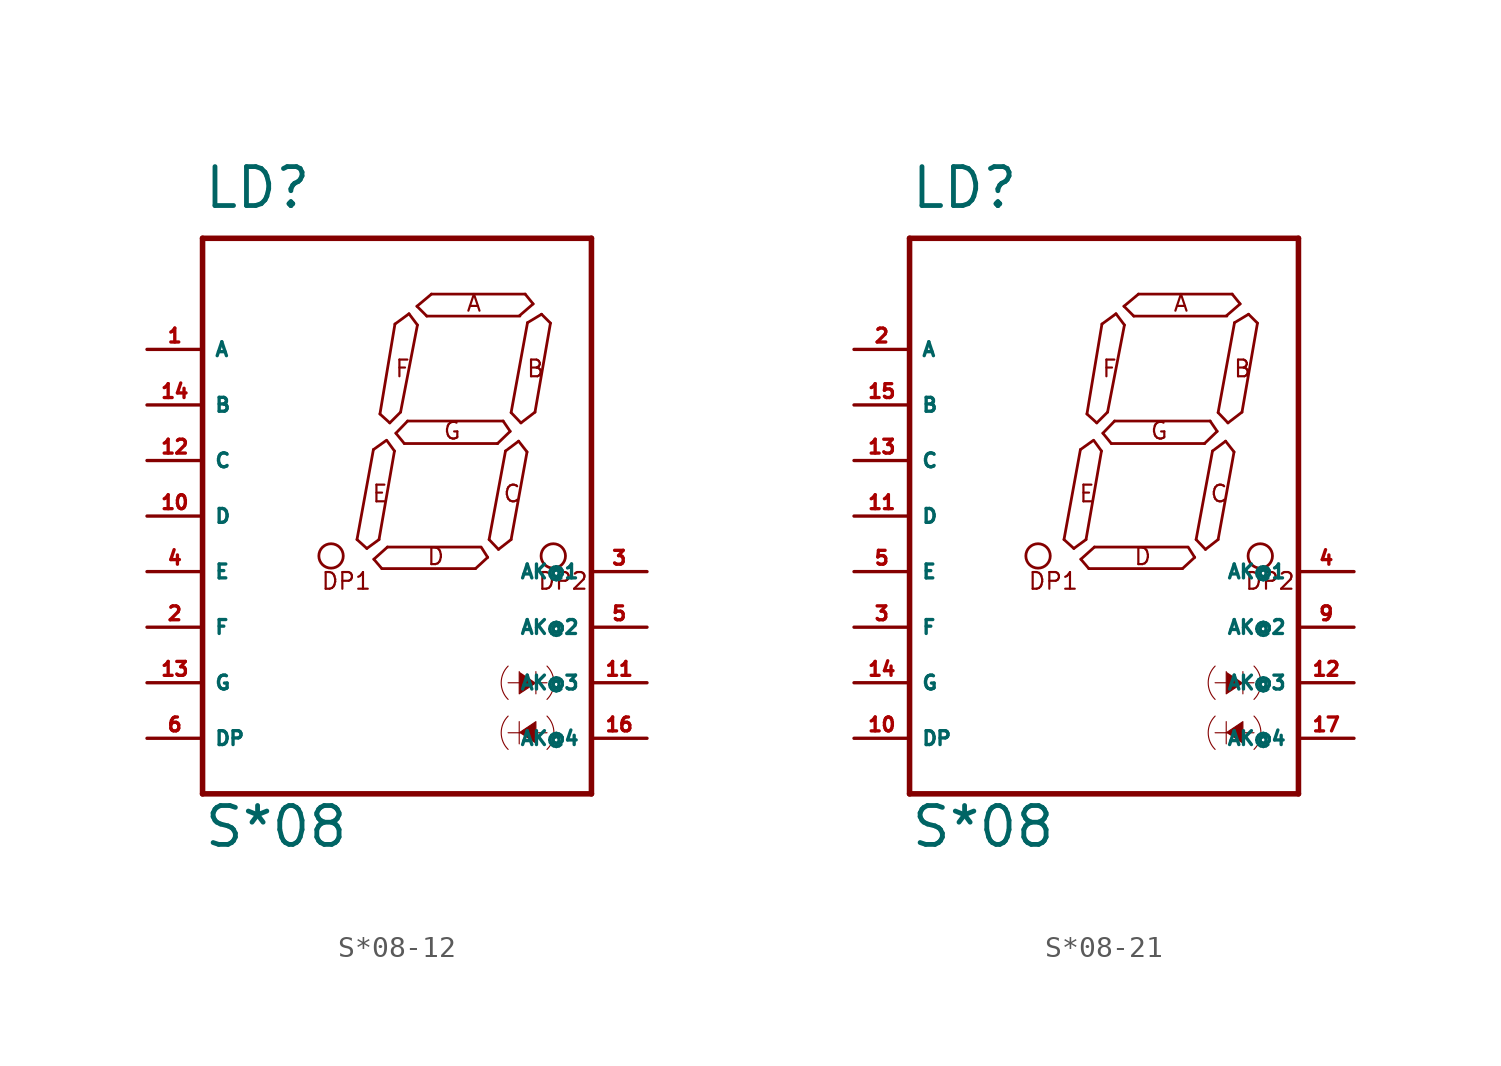
<source format=kicad_sym>
(kicad_symbol_lib
  (version 20220914)
  (generator kicad_symbol_editor)
  (symbol "S*08-12"
    (property "Reference" "LD"
      (at -10.16 16.51 0)
      (effects (font (size 1.778 1.778) (thickness 0.22)) (justify left bottom)))
    (property "Value" "S*08"
      (at -10.16 -12.7 0)
      (effects (font (size 1.778 1.778) (thickness 0.22)) (justify left bottom)))
    (symbol "S*08-12_1_1"
      (circle (center -4.285 0.717) (radius 0.558) (stroke (width 0.127) (type default)) (fill (type none)))
      (polyline (pts (xy -10.16 -10.16) (xy -10.16 15.24)) (stroke (width 0.254) (type default)) (fill (type none)))
      (polyline (pts (xy -10.16 15.24) (xy 7.62 15.24)) (stroke (width 0.254) (type default)) (fill (type none)))
      (polyline (pts (xy -3.099 1.467) (xy -2.349 5.579)) (stroke (width 0.127) (type default)) (fill (type none)))
      (polyline (pts (xy -2.649 1.06) (xy -3.099 1.467)) (stroke (width 0.127) (type default)) (fill (type none)))
      (polyline (pts (xy -2.349 5.579) (xy -1.75 6.007)) (stroke (width 0.127) (type default)) (fill (type none)))
      (polyline (pts (xy -2.328 0.567) (xy -1.707 1.124)) (stroke (width 0.127) (type default)) (fill (type none)))
      (polyline (pts (xy -2.092 1.467) (xy -2.649 1.06)) (stroke (width 0.127) (type default)) (fill (type none)))
      (polyline (pts (xy -2.05 7.207) (xy -1.364 11.319)) (stroke (width 0.127) (type default)) (fill (type none)))
      (polyline (pts (xy -1.964 0.139) (xy -2.328 0.567)) (stroke (width 0.127) (type default)) (fill (type none)))
      (polyline (pts (xy -1.728 5.986) (xy -1.386 5.515)) (stroke (width 0.127) (type default)) (fill (type none)))
      (polyline (pts (xy -1.707 1.124) (xy 2.528 1.124)) (stroke (width 0.127) (type default)) (fill (type none)))
      (polyline (pts (xy -1.6 6.8) (xy -2.05 7.207)) (stroke (width 0.127) (type default)) (fill (type none)))
      (polyline (pts (xy -1.386 5.515) (xy -2.092 1.467)) (stroke (width 0.127) (type default)) (fill (type none)))
      (polyline (pts (xy -1.364 11.319) (xy -0.722 11.79)) (stroke (width 0.127) (type default)) (fill (type none)))
      (polyline (pts (xy -1.321 6.329) (xy -0.786 6.885)) (stroke (width 0.127) (type default)) (fill (type none)))
      (polyline (pts (xy -1.107 7.292) (xy -1.6 6.8)) (stroke (width 0.127) (type default)) (fill (type none)))
      (polyline (pts (xy -0.936 5.857) (xy -1.321 6.329)) (stroke (width 0.127) (type default)) (fill (type none)))
      (polyline (pts (xy -0.786 6.885) (xy 3.583 6.885)) (stroke (width 0.127) (type default)) (fill (type none)))
      (polyline (pts (xy -0.722 11.79) (xy -0.336 11.276)) (stroke (width 0.127) (type default)) (fill (type none)))
      (polyline (pts (xy -0.358 12.133) (xy 0.306 12.689)) (stroke (width 0.127) (type default)) (fill (type none)))
      (polyline (pts (xy -0.336 11.276) (xy -1.107 7.292)) (stroke (width 0.127) (type default)) (fill (type none)))
      (polyline (pts (xy 0.092 11.683) (xy -0.358 12.133)) (stroke (width 0.127) (type default)) (fill (type none)))
      (polyline (pts (xy 0.306 12.689) (xy 4.59 12.689)) (stroke (width 0.127) (type default)) (fill (type none)))
      (polyline (pts (xy 2.319 0.139) (xy -1.964 0.139)) (stroke (width 0.127) (type default)) (fill (type none)))
      (polyline (pts (xy 2.576 1.124) (xy 2.876 0.653)) (stroke (width 0.127) (type default)) (fill (type none)))
      (polyline (pts (xy 2.876 0.653) (xy 2.319 0.139)) (stroke (width 0.127) (type default)) (fill (type none)))
      (polyline (pts (xy 2.941 1.467) (xy 3.69 5.515)) (stroke (width 0.127) (type default)) (fill (type none)))
      (polyline (pts (xy 3.32 5.857) (xy -0.936 5.857)) (stroke (width 0.127) (type default)) (fill (type none)))
      (polyline (pts (xy 3.326 5.857) (xy 3.32 5.857)) (stroke (width 0.127) (type default)) (fill (type none)))
      (polyline (pts (xy 3.369 1.017) (xy 2.941 1.467)) (stroke (width 0.127) (type default)) (fill (type none)))
      (polyline (pts (xy 3.583 6.885) (xy 3.904 6.414)) (stroke (width 0.127) (type default)) (fill (type none)))
      (polyline (pts (xy 3.69 5.515) (xy 4.29 5.965)) (stroke (width 0.127) (type default)) (fill (type none)))
      (polyline (pts (xy 3.81 -5.08) (xy 5.588 -5.08)) (stroke (width 0.051) (type default)) (fill (type none)))
      (polyline (pts (xy 3.904 6.414) (xy 3.326 5.857)) (stroke (width 0.127) (type default)) (fill (type none)))
      (polyline (pts (xy 3.947 1.467) (xy 3.369 1.017)) (stroke (width 0.127) (type default)) (fill (type none)))
      (polyline (pts (xy 3.947 7.271) (xy 4.697 11.383)) (stroke (width 0.127) (type default)) (fill (type none)))
      (polyline (pts (xy 4.29 5.965) (xy 4.675 5.472)) (stroke (width 0.127) (type default)) (fill (type none)))
      (polyline (pts (xy 4.318 -7.874) (xy 4.318 -6.858)) (stroke (width 0.051) (type default)) (fill (type none)))
      (polyline (pts (xy 4.348 11.683) (xy 0.092 11.683)) (stroke (width 0.127) (type default)) (fill (type none)))
      (polyline (pts (xy 4.397 6.8) (xy 3.947 7.271)) (stroke (width 0.127) (type default)) (fill (type none)))
      (polyline (pts (xy 4.59 12.689) (xy 4.954 12.24)) (stroke (width 0.127) (type default)) (fill (type none)))
      (polyline (pts (xy 4.675 5.472) (xy 3.947 1.467)) (stroke (width 0.127) (type default)) (fill (type none)))
      (polyline (pts (xy 4.697 11.383) (xy 5.339 11.768)) (stroke (width 0.127) (type default)) (fill (type none)))
      (polyline (pts (xy 4.954 12.24) (xy 4.333 11.704)) (stroke (width 0.127) (type default)) (fill (type none)))
      (polyline (pts (xy 5.039 7.292) (xy 4.397 6.8)) (stroke (width 0.127) (type default)) (fill (type none)))
      (polyline (pts (xy 5.08 -4.572) (xy 5.08 -5.588)) (stroke (width 0.051) (type default)) (fill (type none)))
      (polyline (pts (xy 5.339 11.768) (xy 5.746 11.362)) (stroke (width 0.127) (type default)) (fill (type none)))
      (polyline (pts (xy 5.588 -7.366) (xy 3.81 -7.366)) (stroke (width 0.051) (type default)) (fill (type none)))
      (polyline (pts (xy 5.746 11.362) (xy 5.039 7.292)) (stroke (width 0.127) (type default)) (fill (type none)))
      (polyline (pts (xy 7.62 -10.16) (xy -10.16 -10.16)) (stroke (width 0.254) (type default)) (fill (type none)))
      (polyline (pts (xy 7.62 15.24) (xy 7.62 -10.16)) (stroke (width 0.254) (type default)) (fill (type none)))
      (polyline (pts (xy 4.318 -4.572) (xy 4.318 -5.588) (xy 5.08 -5.08)) (stroke (width 0.051) (type default)) (fill (type outline)))
      (polyline (pts (xy 5.08 -7.874) (xy 5.08 -6.858) (xy 4.318 -7.366)) (stroke (width 0.051) (type default)) (fill (type outline)))
      (arc (start 3.81 -6.604) (mid 3.494 -7.366) (end 3.81 -8.128) (stroke (width 0.0508) (type default)) (fill (type none)))
      (arc (start 3.81 -4.318) (mid 3.494 -5.08) (end 3.81 -5.842) (stroke (width 0.0508) (type default)) (fill (type none)))
      (arc (start 5.588 -8.128) (mid 5.904 -7.366) (end 5.588 -6.604) (stroke (width 0.0508) (type default)) (fill (type none)))
      (arc (start 5.588 -5.842) (mid 5.904 -5.08) (end 5.588 -4.318) (stroke (width 0.0508) (type default)) (fill (type none)))
      (circle (center 5.875 0.717) (radius 0.558) (stroke (width 0.127) (type default)) (fill (type none)))
      (text "A" (at 1.855 11.833 0) (effects (font (size 0.762 0.762) (thickness 0.1)) (justify left bottom)))
      (text "B" (at 4.611 8.834 0) (effects (font (size 0.762 0.762) (thickness 0.1)) (justify left bottom)))
      (text "C" (at 3.54 3.116 0) (effects (font (size 0.762 0.762) (thickness 0.1)) (justify left bottom)))
      (text "D" (at 0.053 0.246 0) (effects (font (size 0.762 0.762) (thickness 0.1)) (justify left bottom)))
      (text "DP1" (at -4.778 -0.88 0) (effects (font (size 0.762 0.762) (thickness 0.1)) (justify left bottom)))
      (text "DP2" (at 5.128 -0.88 0) (effects (font (size 0.762 0.762) (thickness 0.1)) (justify left bottom)))
      (text "E" (at -2.457 3.116 0) (effects (font (size 0.762 0.762) (thickness 0.1)) (justify left bottom)))
      (text "F" (at -1.407 8.834 0) (effects (font (size 0.762 0.762) (thickness 0.1)) (justify left bottom)))
      (text "G" (at 0.805 5.986 0) (effects (font (size 0.762 0.762) (thickness 0.1)) (justify left bottom)))
      (pin passive line (at -12.7 10.16 0) (length 2.54) (name "A" (effects (font (size 0.635 0.635)))) (number "1" (effects (font (size 0.635 0.635)))))
      (pin passive line (at -12.7 2.54 0) (length 2.54) (name "D" (effects (font (size 0.635 0.635)))) (number "10" (effects (font (size 0.635 0.635)))))
      (pin passive line (at 10.16 -5.08 180) (length 2.54) (name "AK@3" (effects (font (size 0.635 0.635)))) (number "11" (effects (font (size 0.635 0.635)))))
      (pin passive line (at -12.7 5.08 0) (length 2.54) (name "C" (effects (font (size 0.635 0.635)))) (number "12" (effects (font (size 0.635 0.635)))))
      (pin passive line (at -12.7 -5.08 0) (length 2.54) (name "G" (effects (font (size 0.635 0.635)))) (number "13" (effects (font (size 0.635 0.635)))))
      (pin passive line (at -12.7 7.62 0) (length 2.54) (name "B" (effects (font (size 0.635 0.635)))) (number "14" (effects (font (size 0.635 0.635)))))
      (pin passive line (at 10.16 -7.62 180) (length 2.54) (name "AK@4" (effects (font (size 0.635 0.635)))) (number "16" (effects (font (size 0.635 0.635)))))
      (pin passive line (at -12.7 -2.54 0) (length 2.54) (name "F" (effects (font (size 0.635 0.635)))) (number "2" (effects (font (size 0.635 0.635)))))
      (pin passive line (at 10.16 0 180) (length 2.54) (name "AK@1" (effects (font (size 0.635 0.635)))) (number "3" (effects (font (size 0.635 0.635)))))
      (pin passive line (at -12.7 0 0) (length 2.54) (name "E" (effects (font (size 0.635 0.635)))) (number "4" (effects (font (size 0.635 0.635)))))
      (pin passive line (at 10.16 -2.54 180) (length 2.54) (name "AK@2" (effects (font (size 0.635 0.635)))) (number "5" (effects (font (size 0.635 0.635)))))
      (pin passive line (at -12.7 -7.62 0) (length 2.54) (name "DP" (effects (font (size 0.635 0.635)))) (number "6" (effects (font (size 0.635 0.635)))))))
  (symbol "S*08-21"
    (property "Reference" "LD"
      (at -10.16 16.51 0)
      (effects (font (size 1.778 1.778) (thickness 0.22)) (justify left bottom)))
    (property "Value" "S*08"
      (at -10.16 -12.7 0)
      (effects (font (size 1.778 1.778) (thickness 0.22)) (justify left bottom)))
    (symbol "S*08-21_1_1"
      (circle (center -4.285 0.717) (radius 0.558) (stroke (width 0.127) (type default)) (fill (type none)))
      (polyline (pts (xy -10.16 -10.16) (xy -10.16 15.24)) (stroke (width 0.254) (type default)) (fill (type none)))
      (polyline (pts (xy -10.16 15.24) (xy 7.62 15.24)) (stroke (width 0.254) (type default)) (fill (type none)))
      (polyline (pts (xy -3.099 1.467) (xy -2.349 5.579)) (stroke (width 0.127) (type default)) (fill (type none)))
      (polyline (pts (xy -2.649 1.06) (xy -3.099 1.467)) (stroke (width 0.127) (type default)) (fill (type none)))
      (polyline (pts (xy -2.349 5.579) (xy -1.75 6.007)) (stroke (width 0.127) (type default)) (fill (type none)))
      (polyline (pts (xy -2.328 0.567) (xy -1.707 1.124)) (stroke (width 0.127) (type default)) (fill (type none)))
      (polyline (pts (xy -2.092 1.467) (xy -2.649 1.06)) (stroke (width 0.127) (type default)) (fill (type none)))
      (polyline (pts (xy -2.05 7.207) (xy -1.364 11.319)) (stroke (width 0.127) (type default)) (fill (type none)))
      (polyline (pts (xy -1.964 0.139) (xy -2.328 0.567)) (stroke (width 0.127) (type default)) (fill (type none)))
      (polyline (pts (xy -1.728 5.986) (xy -1.386 5.515)) (stroke (width 0.127) (type default)) (fill (type none)))
      (polyline (pts (xy -1.707 1.124) (xy 2.528 1.124)) (stroke (width 0.127) (type default)) (fill (type none)))
      (polyline (pts (xy -1.6 6.8) (xy -2.05 7.207)) (stroke (width 0.127) (type default)) (fill (type none)))
      (polyline (pts (xy -1.386 5.515) (xy -2.092 1.467)) (stroke (width 0.127) (type default)) (fill (type none)))
      (polyline (pts (xy -1.364 11.319) (xy -0.722 11.79)) (stroke (width 0.127) (type default)) (fill (type none)))
      (polyline (pts (xy -1.321 6.329) (xy -0.786 6.885)) (stroke (width 0.127) (type default)) (fill (type none)))
      (polyline (pts (xy -1.107 7.292) (xy -1.6 6.8)) (stroke (width 0.127) (type default)) (fill (type none)))
      (polyline (pts (xy -0.936 5.857) (xy -1.321 6.329)) (stroke (width 0.127) (type default)) (fill (type none)))
      (polyline (pts (xy -0.786 6.885) (xy 3.583 6.885)) (stroke (width 0.127) (type default)) (fill (type none)))
      (polyline (pts (xy -0.722 11.79) (xy -0.336 11.276)) (stroke (width 0.127) (type default)) (fill (type none)))
      (polyline (pts (xy -0.358 12.133) (xy 0.306 12.689)) (stroke (width 0.127) (type default)) (fill (type none)))
      (polyline (pts (xy -0.336 11.276) (xy -1.107 7.292)) (stroke (width 0.127) (type default)) (fill (type none)))
      (polyline (pts (xy 0.092 11.683) (xy -0.358 12.133)) (stroke (width 0.127) (type default)) (fill (type none)))
      (polyline (pts (xy 0.306 12.689) (xy 4.59 12.689)) (stroke (width 0.127) (type default)) (fill (type none)))
      (polyline (pts (xy 2.319 0.139) (xy -1.964 0.139)) (stroke (width 0.127) (type default)) (fill (type none)))
      (polyline (pts (xy 2.576 1.124) (xy 2.876 0.653)) (stroke (width 0.127) (type default)) (fill (type none)))
      (polyline (pts (xy 2.876 0.653) (xy 2.319 0.139)) (stroke (width 0.127) (type default)) (fill (type none)))
      (polyline (pts (xy 2.941 1.467) (xy 3.69 5.515)) (stroke (width 0.127) (type default)) (fill (type none)))
      (polyline (pts (xy 3.32 5.857) (xy -0.936 5.857)) (stroke (width 0.127) (type default)) (fill (type none)))
      (polyline (pts (xy 3.326 5.857) (xy 3.32 5.857)) (stroke (width 0.127) (type default)) (fill (type none)))
      (polyline (pts (xy 3.369 1.017) (xy 2.941 1.467)) (stroke (width 0.127) (type default)) (fill (type none)))
      (polyline (pts (xy 3.583 6.885) (xy 3.904 6.414)) (stroke (width 0.127) (type default)) (fill (type none)))
      (polyline (pts (xy 3.69 5.515) (xy 4.29 5.965)) (stroke (width 0.127) (type default)) (fill (type none)))
      (polyline (pts (xy 3.81 -5.08) (xy 5.588 -5.08)) (stroke (width 0.051) (type default)) (fill (type none)))
      (polyline (pts (xy 3.904 6.414) (xy 3.326 5.857)) (stroke (width 0.127) (type default)) (fill (type none)))
      (polyline (pts (xy 3.947 1.467) (xy 3.369 1.017)) (stroke (width 0.127) (type default)) (fill (type none)))
      (polyline (pts (xy 3.947 7.271) (xy 4.697 11.383)) (stroke (width 0.127) (type default)) (fill (type none)))
      (polyline (pts (xy 4.29 5.965) (xy 4.675 5.472)) (stroke (width 0.127) (type default)) (fill (type none)))
      (polyline (pts (xy 4.318 -7.874) (xy 4.318 -6.858)) (stroke (width 0.051) (type default)) (fill (type none)))
      (polyline (pts (xy 4.348 11.683) (xy 0.092 11.683)) (stroke (width 0.127) (type default)) (fill (type none)))
      (polyline (pts (xy 4.397 6.8) (xy 3.947 7.271)) (stroke (width 0.127) (type default)) (fill (type none)))
      (polyline (pts (xy 4.59 12.689) (xy 4.954 12.24)) (stroke (width 0.127) (type default)) (fill (type none)))
      (polyline (pts (xy 4.675 5.472) (xy 3.947 1.467)) (stroke (width 0.127) (type default)) (fill (type none)))
      (polyline (pts (xy 4.697 11.383) (xy 5.339 11.768)) (stroke (width 0.127) (type default)) (fill (type none)))
      (polyline (pts (xy 4.954 12.24) (xy 4.333 11.704)) (stroke (width 0.127) (type default)) (fill (type none)))
      (polyline (pts (xy 5.039 7.292) (xy 4.397 6.8)) (stroke (width 0.127) (type default)) (fill (type none)))
      (polyline (pts (xy 5.08 -4.572) (xy 5.08 -5.588)) (stroke (width 0.051) (type default)) (fill (type none)))
      (polyline (pts (xy 5.339 11.768) (xy 5.746 11.362)) (stroke (width 0.127) (type default)) (fill (type none)))
      (polyline (pts (xy 5.588 -7.366) (xy 3.81 -7.366)) (stroke (width 0.051) (type default)) (fill (type none)))
      (polyline (pts (xy 5.746 11.362) (xy 5.039 7.292)) (stroke (width 0.127) (type default)) (fill (type none)))
      (polyline (pts (xy 7.62 -10.16) (xy -10.16 -10.16)) (stroke (width 0.254) (type default)) (fill (type none)))
      (polyline (pts (xy 7.62 15.24) (xy 7.62 -10.16)) (stroke (width 0.254) (type default)) (fill (type none)))
      (polyline (pts (xy 4.318 -4.572) (xy 4.318 -5.588) (xy 5.08 -5.08)) (stroke (width 0.051) (type default)) (fill (type outline)))
      (polyline (pts (xy 5.08 -7.874) (xy 5.08 -6.858) (xy 4.318 -7.366)) (stroke (width 0.051) (type default)) (fill (type outline)))
      (arc (start 3.81 -6.604) (mid 3.494 -7.366) (end 3.81 -8.128) (stroke (width 0.0508) (type default)) (fill (type none)))
      (arc (start 3.81 -4.318) (mid 3.494 -5.08) (end 3.81 -5.842) (stroke (width 0.0508) (type default)) (fill (type none)))
      (arc (start 5.588 -8.128) (mid 5.904 -7.366) (end 5.588 -6.604) (stroke (width 0.0508) (type default)) (fill (type none)))
      (arc (start 5.588 -5.842) (mid 5.904 -5.08) (end 5.588 -4.318) (stroke (width 0.0508) (type default)) (fill (type none)))
      (circle (center 5.875 0.717) (radius 0.558) (stroke (width 0.127) (type default)) (fill (type none)))
      (text "A" (at 1.855 11.833 0) (effects (font (size 0.762 0.762) (thickness 0.1)) (justify left bottom)))
      (text "B" (at 4.611 8.834 0) (effects (font (size 0.762 0.762) (thickness 0.1)) (justify left bottom)))
      (text "C" (at 3.54 3.116 0) (effects (font (size 0.762 0.762) (thickness 0.1)) (justify left bottom)))
      (text "D" (at 0.053 0.246 0) (effects (font (size 0.762 0.762) (thickness 0.1)) (justify left bottom)))
      (text "DP1" (at -4.778 -0.88 0) (effects (font (size 0.762 0.762) (thickness 0.1)) (justify left bottom)))
      (text "DP2" (at 5.128 -0.88 0) (effects (font (size 0.762 0.762) (thickness 0.1)) (justify left bottom)))
      (text "E" (at -2.457 3.116 0) (effects (font (size 0.762 0.762) (thickness 0.1)) (justify left bottom)))
      (text "F" (at -1.407 8.834 0) (effects (font (size 0.762 0.762) (thickness 0.1)) (justify left bottom)))
      (text "G" (at 0.805 5.986 0) (effects (font (size 0.762 0.762) (thickness 0.1)) (justify left bottom)))
      (pin passive line (at -12.7 -7.62 0) (length 2.54) (name "DP" (effects (font (size 0.635 0.635)))) (number "10" (effects (font (size 0.635 0.635)))))
      (pin passive line (at -12.7 2.54 0) (length 2.54) (name "D" (effects (font (size 0.635 0.635)))) (number "11" (effects (font (size 0.635 0.635)))))
      (pin passive line (at 10.16 -5.08 180) (length 2.54) (name "AK@3" (effects (font (size 0.635 0.635)))) (number "12" (effects (font (size 0.635 0.635)))))
      (pin passive line (at -12.7 5.08 0) (length 2.54) (name "C" (effects (font (size 0.635 0.635)))) (number "13" (effects (font (size 0.635 0.635)))))
      (pin passive line (at -12.7 -5.08 0) (length 2.54) (name "G" (effects (font (size 0.635 0.635)))) (number "14" (effects (font (size 0.635 0.635)))))
      (pin passive line (at -12.7 7.62 0) (length 2.54) (name "B" (effects (font (size 0.635 0.635)))) (number "15" (effects (font (size 0.635 0.635)))))
      (pin passive line (at 10.16 -7.62 180) (length 2.54) (name "AK@4" (effects (font (size 0.635 0.635)))) (number "17" (effects (font (size 0.635 0.635)))))
      (pin passive line (at -12.7 10.16 0) (length 2.54) (name "A" (effects (font (size 0.635 0.635)))) (number "2" (effects (font (size 0.635 0.635)))))
      (pin passive line (at -12.7 -2.54 0) (length 2.54) (name "F" (effects (font (size 0.635 0.635)))) (number "3" (effects (font (size 0.635 0.635)))))
      (pin passive line (at 10.16 0 180) (length 2.54) (name "AK@1" (effects (font (size 0.635 0.635)))) (number "4" (effects (font (size 0.635 0.635)))))
      (pin passive line (at -12.7 0 0) (length 2.54) (name "E" (effects (font (size 0.635 0.635)))) (number "5" (effects (font (size 0.635 0.635)))))
      (pin passive line (at 10.16 -2.54 180) (length 2.54) (name "AK@2" (effects (font (size 0.635 0.635)))) (number "9" (effects (font (size 0.635 0.635))))))))
</source>
